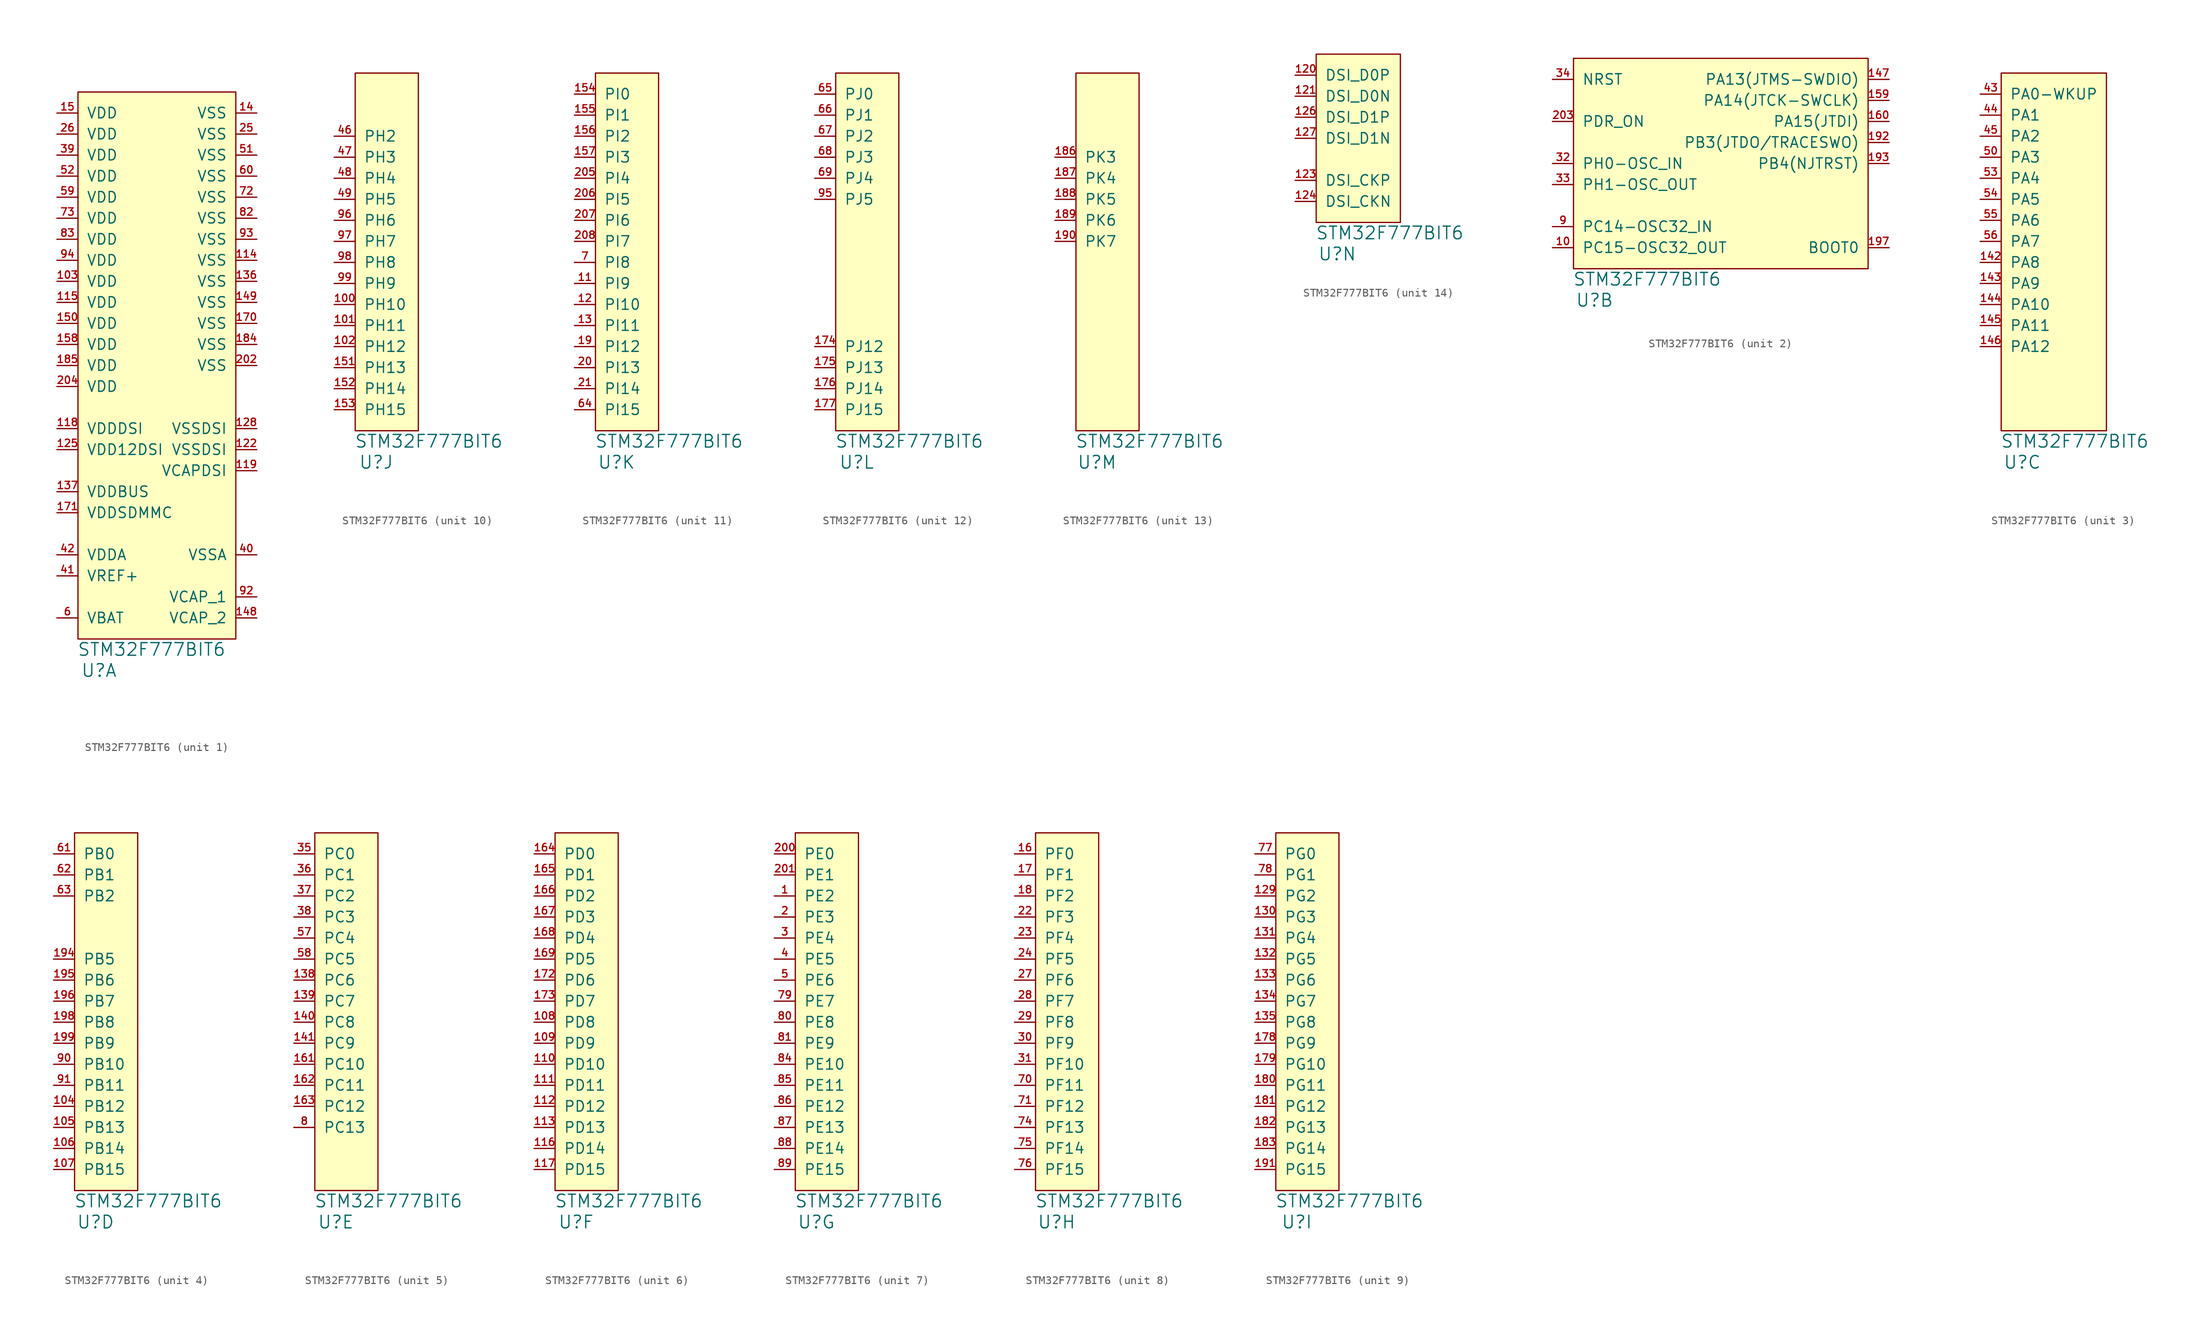
<source format=kicad_sym>
(kicad_symbol_lib
  (version 20211014)
  (generator kicad_symbol_editor)
  (symbol "STM32F777BIT6"
    (pin_names
      (offset 1.016))
    (property "Reference" "U"
      (at 2.54 -3.81 0)
      (effects (font (size 1.524 1.524))))
    (property "Value" "STM32F777BIT6"
      (at 8.89 -1.27 0)
      (effects (font (size 1.524 1.524))))
    (symbol "STM32F777BIT6_1_1"
      (rectangle (start 0 66.04) (end 19.05 0) (stroke (width 0) (type default) (color 0 0 0 0)) (fill (type background)))
      (pin power_in line (at -2.54 43.18 0) (length 2.54) (name "VDD" (effects (font (size 1.27 1.27)))) (number "103" (effects (font (size 0.889 0.889)))))
      (pin power_in line (at 21.59 45.72 180) (length 2.54) (name "VSS" (effects (font (size 1.27 1.27)))) (number "114" (effects (font (size 0.889 0.889)))))
      (pin power_in line (at -2.54 40.64 0) (length 2.54) (name "VDD" (effects (font (size 1.27 1.27)))) (number "115" (effects (font (size 0.889 0.889)))))
      (pin power_in line (at -2.54 25.4 0) (length 2.54) (name "VDDDSI" (effects (font (size 1.27 1.27)))) (number "118" (effects (font (size 0.889 0.889)))))
      (pin power_out line (at 21.59 20.32 180) (length 2.54) (name "VCAPDSI" (effects (font (size 1.27 1.27)))) (number "119" (effects (font (size 0.889 0.889)))))
      (pin power_in line (at 21.59 22.86 180) (length 2.54) (name "VSSDSI" (effects (font (size 1.27 1.27)))) (number "122" (effects (font (size 0.889 0.889)))))
      (pin power_in line (at -2.54 22.86 0) (length 2.54) (name "VDD12DSI" (effects (font (size 1.27 1.27)))) (number "125" (effects (font (size 0.889 0.889)))))
      (pin power_in line (at 21.59 25.4 180) (length 2.54) (name "VSSDSI" (effects (font (size 1.27 1.27)))) (number "128" (effects (font (size 0.889 0.889)))))
      (pin power_in line (at 21.59 43.18 180) (length 2.54) (name "VSS" (effects (font (size 1.27 1.27)))) (number "136" (effects (font (size 0.889 0.889)))))
      (pin power_in line (at -2.54 17.78 0) (length 2.54) (name "VDDBUS" (effects (font (size 1.27 1.27)))) (number "137" (effects (font (size 0.889 0.889)))))
      (pin power_in line (at 21.59 63.5 180) (length 2.54) (name "VSS" (effects (font (size 1.27 1.27)))) (number "14" (effects (font (size 0.889 0.889)))))
      (pin power_out line (at 21.59 2.54 180) (length 2.54) (name "VCAP_2" (effects (font (size 1.27 1.27)))) (number "148" (effects (font (size 0.889 0.889)))))
      (pin power_in line (at 21.59 40.64 180) (length 2.54) (name "VSS" (effects (font (size 1.27 1.27)))) (number "149" (effects (font (size 0.889 0.889)))))
      (pin power_in line (at -2.54 63.5 0) (length 2.54) (name "VDD" (effects (font (size 1.27 1.27)))) (number "15" (effects (font (size 0.889 0.889)))))
      (pin power_in line (at -2.54 38.1 0) (length 2.54) (name "VDD" (effects (font (size 1.27 1.27)))) (number "150" (effects (font (size 0.889 0.889)))))
      (pin power_in line (at -2.54 35.56 0) (length 2.54) (name "VDD" (effects (font (size 1.27 1.27)))) (number "158" (effects (font (size 0.889 0.889)))))
      (pin power_in line (at 21.59 38.1 180) (length 2.54) (name "VSS" (effects (font (size 1.27 1.27)))) (number "170" (effects (font (size 0.889 0.889)))))
      (pin power_in line (at -2.54 15.24 0) (length 2.54) (name "VDDSDMMC" (effects (font (size 1.27 1.27)))) (number "171" (effects (font (size 0.889 0.889)))))
      (pin power_in line (at 21.59 35.56 180) (length 2.54) (name "VSS" (effects (font (size 1.27 1.27)))) (number "184" (effects (font (size 0.889 0.889)))))
      (pin power_in line (at -2.54 33.02 0) (length 2.54) (name "VDD" (effects (font (size 1.27 1.27)))) (number "185" (effects (font (size 0.889 0.889)))))
      (pin power_in line (at 21.59 33.02 180) (length 2.54) (name "VSS" (effects (font (size 1.27 1.27)))) (number "202" (effects (font (size 0.889 0.889)))))
      (pin power_in line (at -2.54 30.48 0) (length 2.54) (name "VDD" (effects (font (size 1.27 1.27)))) (number "204" (effects (font (size 0.889 0.889)))))
      (pin power_in line (at 21.59 60.96 180) (length 2.54) (name "VSS" (effects (font (size 1.27 1.27)))) (number "25" (effects (font (size 0.889 0.889)))))
      (pin power_in line (at -2.54 60.96 0) (length 2.54) (name "VDD" (effects (font (size 1.27 1.27)))) (number "26" (effects (font (size 0.889 0.889)))))
      (pin power_in line (at -2.54 58.42 0) (length 2.54) (name "VDD" (effects (font (size 1.27 1.27)))) (number "39" (effects (font (size 0.889 0.889)))))
      (pin power_in line (at 21.59 10.16 180) (length 2.54) (name "VSSA" (effects (font (size 1.27 1.27)))) (number "40" (effects (font (size 0.889 0.889)))))
      (pin power_in line (at -2.54 7.62 0) (length 2.54) (name "VREF+" (effects (font (size 1.27 1.27)))) (number "41" (effects (font (size 0.889 0.889)))))
      (pin power_in line (at -2.54 10.16 0) (length 2.54) (name "VDDA" (effects (font (size 1.27 1.27)))) (number "42" (effects (font (size 0.889 0.889)))))
      (pin power_in line (at 21.59 58.42 180) (length 2.54) (name "VSS" (effects (font (size 1.27 1.27)))) (number "51" (effects (font (size 0.889 0.889)))))
      (pin power_in line (at -2.54 55.88 0) (length 2.54) (name "VDD" (effects (font (size 1.27 1.27)))) (number "52" (effects (font (size 0.889 0.889)))))
      (pin power_in line (at -2.54 53.34 0) (length 2.54) (name "VDD" (effects (font (size 1.27 1.27)))) (number "59" (effects (font (size 0.889 0.889)))))
      (pin power_in line (at -2.54 2.54 0) (length 2.54) (name "VBAT" (effects (font (size 1.27 1.27)))) (number "6" (effects (font (size 0.889 0.889)))))
      (pin power_in line (at 21.59 55.88 180) (length 2.54) (name "VSS" (effects (font (size 1.27 1.27)))) (number "60" (effects (font (size 0.889 0.889)))))
      (pin power_in line (at 21.59 53.34 180) (length 2.54) (name "VSS" (effects (font (size 1.27 1.27)))) (number "72" (effects (font (size 0.889 0.889)))))
      (pin power_in line (at -2.54 50.8 0) (length 2.54) (name "VDD" (effects (font (size 1.27 1.27)))) (number "73" (effects (font (size 0.889 0.889)))))
      (pin power_in line (at 21.59 50.8 180) (length 2.54) (name "VSS" (effects (font (size 1.27 1.27)))) (number "82" (effects (font (size 0.889 0.889)))))
      (pin power_in line (at -2.54 48.26 0) (length 2.54) (name "VDD" (effects (font (size 1.27 1.27)))) (number "83" (effects (font (size 0.889 0.889)))))
      (pin power_out line (at 21.59 5.08 180) (length 2.54) (name "VCAP_1" (effects (font (size 1.27 1.27)))) (number "92" (effects (font (size 0.889 0.889)))))
      (pin power_in line (at 21.59 48.26 180) (length 2.54) (name "VSS" (effects (font (size 1.27 1.27)))) (number "93" (effects (font (size 0.889 0.889)))))
      (pin power_in line (at -2.54 45.72 0) (length 2.54) (name "VDD" (effects (font (size 1.27 1.27)))) (number "94" (effects (font (size 0.889 0.889))))))
    (symbol "STM32F777BIT6_2_1"
      (rectangle (start 0 0) (end 35.56 25.4) (stroke (width 0) (type default) (color 0 0 0 0)) (fill (type background)))
      (pin bidirectional line (at -2.54 2.54 0) (length 2.54) (name "PC15-OSC32_OUT" (effects (font (size 1.27 1.27)))) (number "10" (effects (font (size 0.889 0.889)))))
      (pin bidirectional line (at 38.1 22.86 180) (length 2.54) (name "PA13(JTMS-SWDIO)" (effects (font (size 1.27 1.27)))) (number "147" (effects (font (size 0.889 0.889)))))
      (pin bidirectional line (at 38.1 20.32 180) (length 2.54) (name "PA14(JTCK-SWCLK)" (effects (font (size 1.27 1.27)))) (number "159" (effects (font (size 0.889 0.889)))))
      (pin bidirectional line (at 38.1 17.78 180) (length 2.54) (name "PA15(JTDI)" (effects (font (size 1.27 1.27)))) (number "160" (effects (font (size 0.889 0.889)))))
      (pin bidirectional line (at 38.1 15.24 180) (length 2.54) (name "PB3(JTDO/TRACESWO)" (effects (font (size 1.27 1.27)))) (number "192" (effects (font (size 0.889 0.889)))))
      (pin bidirectional line (at 38.1 12.7 180) (length 2.54) (name "PB4(NJTRST)" (effects (font (size 1.27 1.27)))) (number "193" (effects (font (size 0.889 0.889)))))
      (pin input line (at 38.1 2.54 180) (length 2.54) (name "BOOT0" (effects (font (size 1.27 1.27)))) (number "197" (effects (font (size 0.889 0.889)))))
      (pin input line (at -2.54 17.78 0) (length 2.54) (name "PDR_ON" (effects (font (size 1.27 1.27)))) (number "203" (effects (font (size 0.889 0.889)))))
      (pin bidirectional line (at -2.54 12.7 0) (length 2.54) (name "PH0-OSC_IN" (effects (font (size 1.27 1.27)))) (number "32" (effects (font (size 0.889 0.889)))))
      (pin bidirectional line (at -2.54 10.16 0) (length 2.54) (name "PH1-OSC_OUT" (effects (font (size 1.27 1.27)))) (number "33" (effects (font (size 0.889 0.889)))))
      (pin input line (at -2.54 22.86 0) (length 2.54) (name "NRST" (effects (font (size 1.27 1.27)))) (number "34" (effects (font (size 0.889 0.889)))))
      (pin bidirectional line (at -2.54 5.08 0) (length 2.54) (name "PC14-OSC32_IN" (effects (font (size 1.27 1.27)))) (number "9" (effects (font (size 0.889 0.889))))))
    (symbol "STM32F777BIT6_3_1"
      (rectangle (start 0 0) (end 12.7 43.18) (stroke (width 0) (type default) (color 0 0 0 0)) (fill (type background)))
      (pin bidirectional line (at -2.54 20.32 0) (length 2.54) (name "PA8" (effects (font (size 1.27 1.27)))) (number "142" (effects (font (size 0.889 0.889)))))
      (pin bidirectional line (at -2.54 17.78 0) (length 2.54) (name "PA9" (effects (font (size 1.27 1.27)))) (number "143" (effects (font (size 0.889 0.889)))))
      (pin bidirectional line (at -2.54 15.24 0) (length 2.54) (name "PA10" (effects (font (size 1.27 1.27)))) (number "144" (effects (font (size 0.889 0.889)))))
      (pin bidirectional line (at -2.54 12.7 0) (length 2.54) (name "PA11" (effects (font (size 1.27 1.27)))) (number "145" (effects (font (size 0.889 0.889)))))
      (pin bidirectional line (at -2.54 10.16 0) (length 2.54) (name "PA12" (effects (font (size 1.27 1.27)))) (number "146" (effects (font (size 0.889 0.889)))))
      (pin bidirectional line (at -2.54 40.64 0) (length 2.54) (name "PA0-WKUP" (effects (font (size 1.27 1.27)))) (number "43" (effects (font (size 0.889 0.889)))))
      (pin bidirectional line (at -2.54 38.1 0) (length 2.54) (name "PA1" (effects (font (size 1.27 1.27)))) (number "44" (effects (font (size 0.889 0.889)))))
      (pin bidirectional line (at -2.54 35.56 0) (length 2.54) (name "PA2" (effects (font (size 1.27 1.27)))) (number "45" (effects (font (size 0.889 0.889)))))
      (pin bidirectional line (at -2.54 33.02 0) (length 2.54) (name "PA3" (effects (font (size 1.27 1.27)))) (number "50" (effects (font (size 0.889 0.889)))))
      (pin bidirectional line (at -2.54 30.48 0) (length 2.54) (name "PA4" (effects (font (size 1.27 1.27)))) (number "53" (effects (font (size 0.889 0.889)))))
      (pin bidirectional line (at -2.54 27.94 0) (length 2.54) (name "PA5" (effects (font (size 1.27 1.27)))) (number "54" (effects (font (size 0.889 0.889)))))
      (pin bidirectional line (at -2.54 25.4 0) (length 2.54) (name "PA6" (effects (font (size 1.27 1.27)))) (number "55" (effects (font (size 0.889 0.889)))))
      (pin bidirectional line (at -2.54 22.86 0) (length 2.54) (name "PA7" (effects (font (size 1.27 1.27)))) (number "56" (effects (font (size 0.889 0.889))))))
    (symbol "STM32F777BIT6_4_1"
      (rectangle (start 0 43.18) (end 7.62 0) (stroke (width 0) (type default) (color 0 0 0 0)) (fill (type background)))
      (pin bidirectional line (at -2.54 10.16 0) (length 2.54) (name "PB12" (effects (font (size 1.27 1.27)))) (number "104" (effects (font (size 0.889 0.889)))))
      (pin bidirectional line (at -2.54 7.62 0) (length 2.54) (name "PB13" (effects (font (size 1.27 1.27)))) (number "105" (effects (font (size 0.889 0.889)))))
      (pin bidirectional line (at -2.54 5.08 0) (length 2.54) (name "PB14" (effects (font (size 1.27 1.27)))) (number "106" (effects (font (size 0.889 0.889)))))
      (pin bidirectional line (at -2.54 2.54 0) (length 2.54) (name "PB15" (effects (font (size 1.27 1.27)))) (number "107" (effects (font (size 0.889 0.889)))))
      (pin bidirectional line (at -2.54 27.94 0) (length 2.54) (name "PB5" (effects (font (size 1.27 1.27)))) (number "194" (effects (font (size 0.889 0.889)))))
      (pin bidirectional line (at -2.54 25.4 0) (length 2.54) (name "PB6" (effects (font (size 1.27 1.27)))) (number "195" (effects (font (size 0.889 0.889)))))
      (pin bidirectional line (at -2.54 22.86 0) (length 2.54) (name "PB7" (effects (font (size 1.27 1.27)))) (number "196" (effects (font (size 0.889 0.889)))))
      (pin bidirectional line (at -2.54 20.32 0) (length 2.54) (name "PB8" (effects (font (size 1.27 1.27)))) (number "198" (effects (font (size 0.889 0.889)))))
      (pin bidirectional line (at -2.54 17.78 0) (length 2.54) (name "PB9" (effects (font (size 1.27 1.27)))) (number "199" (effects (font (size 0.889 0.889)))))
      (pin bidirectional line (at -2.54 40.64 0) (length 2.54) (name "PB0" (effects (font (size 1.27 1.27)))) (number "61" (effects (font (size 0.889 0.889)))))
      (pin bidirectional line (at -2.54 38.1 0) (length 2.54) (name "PB1" (effects (font (size 1.27 1.27)))) (number "62" (effects (font (size 0.889 0.889)))))
      (pin bidirectional line (at -2.54 35.56 0) (length 2.54) (name "PB2" (effects (font (size 1.27 1.27)))) (number "63" (effects (font (size 0.889 0.889)))))
      (pin bidirectional line (at -2.54 15.24 0) (length 2.54) (name "PB10" (effects (font (size 1.27 1.27)))) (number "90" (effects (font (size 0.889 0.889)))))
      (pin bidirectional line (at -2.54 12.7 0) (length 2.54) (name "PB11" (effects (font (size 1.27 1.27)))) (number "91" (effects (font (size 0.889 0.889))))))
    (symbol "STM32F777BIT6_5_1"
      (rectangle (start 0 43.18) (end 7.62 0) (stroke (width 0) (type default) (color 0 0 0 0)) (fill (type background)))
      (pin bidirectional line (at -2.54 25.4 0) (length 2.54) (name "PC6" (effects (font (size 1.27 1.27)))) (number "138" (effects (font (size 0.889 0.889)))))
      (pin bidirectional line (at -2.54 22.86 0) (length 2.54) (name "PC7" (effects (font (size 1.27 1.27)))) (number "139" (effects (font (size 0.889 0.889)))))
      (pin bidirectional line (at -2.54 20.32 0) (length 2.54) (name "PC8" (effects (font (size 1.27 1.27)))) (number "140" (effects (font (size 0.889 0.889)))))
      (pin bidirectional line (at -2.54 17.78 0) (length 2.54) (name "PC9" (effects (font (size 1.27 1.27)))) (number "141" (effects (font (size 0.889 0.889)))))
      (pin bidirectional line (at -2.54 15.24 0) (length 2.54) (name "PC10" (effects (font (size 1.27 1.27)))) (number "161" (effects (font (size 0.889 0.889)))))
      (pin bidirectional line (at -2.54 12.7 0) (length 2.54) (name "PC11" (effects (font (size 1.27 1.27)))) (number "162" (effects (font (size 0.889 0.889)))))
      (pin bidirectional line (at -2.54 10.16 0) (length 2.54) (name "PC12" (effects (font (size 1.27 1.27)))) (number "163" (effects (font (size 0.889 0.889)))))
      (pin bidirectional line (at -2.54 40.64 0) (length 2.54) (name "PC0" (effects (font (size 1.27 1.27)))) (number "35" (effects (font (size 0.889 0.889)))))
      (pin bidirectional line (at -2.54 38.1 0) (length 2.54) (name "PC1" (effects (font (size 1.27 1.27)))) (number "36" (effects (font (size 0.889 0.889)))))
      (pin bidirectional line (at -2.54 35.56 0) (length 2.54) (name "PC2" (effects (font (size 1.27 1.27)))) (number "37" (effects (font (size 0.889 0.889)))))
      (pin bidirectional line (at -2.54 33.02 0) (length 2.54) (name "PC3" (effects (font (size 1.27 1.27)))) (number "38" (effects (font (size 0.889 0.889)))))
      (pin bidirectional line (at -2.54 30.48 0) (length 2.54) (name "PC4" (effects (font (size 1.27 1.27)))) (number "57" (effects (font (size 0.889 0.889)))))
      (pin bidirectional line (at -2.54 27.94 0) (length 2.54) (name "PC5" (effects (font (size 1.27 1.27)))) (number "58" (effects (font (size 0.889 0.889)))))
      (pin bidirectional line (at -2.54 7.62 0) (length 2.54) (name "PC13" (effects (font (size 1.27 1.27)))) (number "8" (effects (font (size 0.889 0.889))))))
    (symbol "STM32F777BIT6_6_1"
      (rectangle (start 0 43.18) (end 7.62 0) (stroke (width 0) (type default) (color 0 0 0 0)) (fill (type background)))
      (pin bidirectional line (at -2.54 20.32 0) (length 2.54) (name "PD8" (effects (font (size 1.27 1.27)))) (number "108" (effects (font (size 0.889 0.889)))))
      (pin bidirectional line (at -2.54 17.78 0) (length 2.54) (name "PD9" (effects (font (size 1.27 1.27)))) (number "109" (effects (font (size 0.889 0.889)))))
      (pin bidirectional line (at -2.54 15.24 0) (length 2.54) (name "PD10" (effects (font (size 1.27 1.27)))) (number "110" (effects (font (size 0.889 0.889)))))
      (pin bidirectional line (at -2.54 12.7 0) (length 2.54) (name "PD11" (effects (font (size 1.27 1.27)))) (number "111" (effects (font (size 0.889 0.889)))))
      (pin bidirectional line (at -2.54 10.16 0) (length 2.54) (name "PD12" (effects (font (size 1.27 1.27)))) (number "112" (effects (font (size 0.889 0.889)))))
      (pin bidirectional line (at -2.54 7.62 0) (length 2.54) (name "PD13" (effects (font (size 1.27 1.27)))) (number "113" (effects (font (size 0.889 0.889)))))
      (pin bidirectional line (at -2.54 5.08 0) (length 2.54) (name "PD14" (effects (font (size 1.27 1.27)))) (number "116" (effects (font (size 0.889 0.889)))))
      (pin bidirectional line (at -2.54 2.54 0) (length 2.54) (name "PD15" (effects (font (size 1.27 1.27)))) (number "117" (effects (font (size 0.889 0.889)))))
      (pin bidirectional line (at -2.54 40.64 0) (length 2.54) (name "PD0" (effects (font (size 1.27 1.27)))) (number "164" (effects (font (size 0.889 0.889)))))
      (pin bidirectional line (at -2.54 38.1 0) (length 2.54) (name "PD1" (effects (font (size 1.27 1.27)))) (number "165" (effects (font (size 0.889 0.889)))))
      (pin bidirectional line (at -2.54 35.56 0) (length 2.54) (name "PD2" (effects (font (size 1.27 1.27)))) (number "166" (effects (font (size 0.889 0.889)))))
      (pin bidirectional line (at -2.54 33.02 0) (length 2.54) (name "PD3" (effects (font (size 1.27 1.27)))) (number "167" (effects (font (size 0.889 0.889)))))
      (pin bidirectional line (at -2.54 30.48 0) (length 2.54) (name "PD4" (effects (font (size 1.27 1.27)))) (number "168" (effects (font (size 0.889 0.889)))))
      (pin bidirectional line (at -2.54 27.94 0) (length 2.54) (name "PD5" (effects (font (size 1.27 1.27)))) (number "169" (effects (font (size 0.889 0.889)))))
      (pin bidirectional line (at -2.54 25.4 0) (length 2.54) (name "PD6" (effects (font (size 1.27 1.27)))) (number "172" (effects (font (size 0.889 0.889)))))
      (pin bidirectional line (at -2.54 22.86 0) (length 2.54) (name "PD7" (effects (font (size 1.27 1.27)))) (number "173" (effects (font (size 0.889 0.889))))))
    (symbol "STM32F777BIT6_7_1"
      (rectangle (start 0 43.18) (end 7.62 0) (stroke (width 0) (type default) (color 0 0 0 0)) (fill (type background)))
      (pin bidirectional line (at -2.54 35.56 0) (length 2.54) (name "PE2" (effects (font (size 1.27 1.27)))) (number "1" (effects (font (size 0.889 0.889)))))
      (pin bidirectional line (at -2.54 33.02 0) (length 2.54) (name "PE3" (effects (font (size 1.27 1.27)))) (number "2" (effects (font (size 0.889 0.889)))))
      (pin bidirectional line (at -2.54 40.64 0) (length 2.54) (name "PE0" (effects (font (size 1.27 1.27)))) (number "200" (effects (font (size 0.889 0.889)))))
      (pin bidirectional line (at -2.54 38.1 0) (length 2.54) (name "PE1" (effects (font (size 1.27 1.27)))) (number "201" (effects (font (size 0.889 0.889)))))
      (pin bidirectional line (at -2.54 30.48 0) (length 2.54) (name "PE4" (effects (font (size 1.27 1.27)))) (number "3" (effects (font (size 0.889 0.889)))))
      (pin bidirectional line (at -2.54 27.94 0) (length 2.54) (name "PE5" (effects (font (size 1.27 1.27)))) (number "4" (effects (font (size 0.889 0.889)))))
      (pin bidirectional line (at -2.54 25.4 0) (length 2.54) (name "PE6" (effects (font (size 1.27 1.27)))) (number "5" (effects (font (size 0.889 0.889)))))
      (pin bidirectional line (at -2.54 22.86 0) (length 2.54) (name "PE7" (effects (font (size 1.27 1.27)))) (number "79" (effects (font (size 0.889 0.889)))))
      (pin bidirectional line (at -2.54 20.32 0) (length 2.54) (name "PE8" (effects (font (size 1.27 1.27)))) (number "80" (effects (font (size 0.889 0.889)))))
      (pin bidirectional line (at -2.54 17.78 0) (length 2.54) (name "PE9" (effects (font (size 1.27 1.27)))) (number "81" (effects (font (size 0.889 0.889)))))
      (pin bidirectional line (at -2.54 15.24 0) (length 2.54) (name "PE10" (effects (font (size 1.27 1.27)))) (number "84" (effects (font (size 0.889 0.889)))))
      (pin bidirectional line (at -2.54 12.7 0) (length 2.54) (name "PE11" (effects (font (size 1.27 1.27)))) (number "85" (effects (font (size 0.889 0.889)))))
      (pin bidirectional line (at -2.54 10.16 0) (length 2.54) (name "PE12" (effects (font (size 1.27 1.27)))) (number "86" (effects (font (size 0.889 0.889)))))
      (pin bidirectional line (at -2.54 7.62 0) (length 2.54) (name "PE13" (effects (font (size 1.27 1.27)))) (number "87" (effects (font (size 0.889 0.889)))))
      (pin bidirectional line (at -2.54 5.08 0) (length 2.54) (name "PE14" (effects (font (size 1.27 1.27)))) (number "88" (effects (font (size 0.889 0.889)))))
      (pin bidirectional line (at -2.54 2.54 0) (length 2.54) (name "PE15" (effects (font (size 1.27 1.27)))) (number "89" (effects (font (size 0.889 0.889))))))
    (symbol "STM32F777BIT6_8_1"
      (rectangle (start 0 43.18) (end 7.62 0) (stroke (width 0) (type default) (color 0 0 0 0)) (fill (type background)))
      (pin bidirectional line (at -2.54 40.64 0) (length 2.54) (name "PF0" (effects (font (size 1.27 1.27)))) (number "16" (effects (font (size 0.889 0.889)))))
      (pin bidirectional line (at -2.54 38.1 0) (length 2.54) (name "PF1" (effects (font (size 1.27 1.27)))) (number "17" (effects (font (size 0.889 0.889)))))
      (pin bidirectional line (at -2.54 35.56 0) (length 2.54) (name "PF2" (effects (font (size 1.27 1.27)))) (number "18" (effects (font (size 0.889 0.889)))))
      (pin bidirectional line (at -2.54 33.02 0) (length 2.54) (name "PF3" (effects (font (size 1.27 1.27)))) (number "22" (effects (font (size 0.889 0.889)))))
      (pin bidirectional line (at -2.54 30.48 0) (length 2.54) (name "PF4" (effects (font (size 1.27 1.27)))) (number "23" (effects (font (size 0.889 0.889)))))
      (pin bidirectional line (at -2.54 27.94 0) (length 2.54) (name "PF5" (effects (font (size 1.27 1.27)))) (number "24" (effects (font (size 0.889 0.889)))))
      (pin bidirectional line (at -2.54 25.4 0) (length 2.54) (name "PF6" (effects (font (size 1.27 1.27)))) (number "27" (effects (font (size 0.889 0.889)))))
      (pin bidirectional line (at -2.54 22.86 0) (length 2.54) (name "PF7" (effects (font (size 1.27 1.27)))) (number "28" (effects (font (size 0.889 0.889)))))
      (pin bidirectional line (at -2.54 20.32 0) (length 2.54) (name "PF8" (effects (font (size 1.27 1.27)))) (number "29" (effects (font (size 0.889 0.889)))))
      (pin bidirectional line (at -2.54 17.78 0) (length 2.54) (name "PF9" (effects (font (size 1.27 1.27)))) (number "30" (effects (font (size 0.889 0.889)))))
      (pin bidirectional line (at -2.54 15.24 0) (length 2.54) (name "PF10" (effects (font (size 1.27 1.27)))) (number "31" (effects (font (size 0.889 0.889)))))
      (pin bidirectional line (at -2.54 12.7 0) (length 2.54) (name "PF11" (effects (font (size 1.27 1.27)))) (number "70" (effects (font (size 0.889 0.889)))))
      (pin bidirectional line (at -2.54 10.16 0) (length 2.54) (name "PF12" (effects (font (size 1.27 1.27)))) (number "71" (effects (font (size 0.889 0.889)))))
      (pin bidirectional line (at -2.54 7.62 0) (length 2.54) (name "PF13" (effects (font (size 1.27 1.27)))) (number "74" (effects (font (size 0.889 0.889)))))
      (pin bidirectional line (at -2.54 5.08 0) (length 2.54) (name "PF14" (effects (font (size 1.27 1.27)))) (number "75" (effects (font (size 0.889 0.889)))))
      (pin bidirectional line (at -2.54 2.54 0) (length 2.54) (name "PF15" (effects (font (size 1.27 1.27)))) (number "76" (effects (font (size 0.889 0.889))))))
    (symbol "STM32F777BIT6_9_1"
      (rectangle (start 0 43.18) (end 7.62 0) (stroke (width 0) (type default) (color 0 0 0 0)) (fill (type background)))
      (pin bidirectional line (at -2.54 35.56 0) (length 2.54) (name "PG2" (effects (font (size 1.27 1.27)))) (number "129" (effects (font (size 0.889 0.889)))))
      (pin bidirectional line (at -2.54 33.02 0) (length 2.54) (name "PG3" (effects (font (size 1.27 1.27)))) (number "130" (effects (font (size 0.889 0.889)))))
      (pin bidirectional line (at -2.54 30.48 0) (length 2.54) (name "PG4" (effects (font (size 1.27 1.27)))) (number "131" (effects (font (size 0.889 0.889)))))
      (pin bidirectional line (at -2.54 27.94 0) (length 2.54) (name "PG5" (effects (font (size 1.27 1.27)))) (number "132" (effects (font (size 0.889 0.889)))))
      (pin bidirectional line (at -2.54 25.4 0) (length 2.54) (name "PG6" (effects (font (size 1.27 1.27)))) (number "133" (effects (font (size 0.889 0.889)))))
      (pin bidirectional line (at -2.54 22.86 0) (length 2.54) (name "PG7" (effects (font (size 1.27 1.27)))) (number "134" (effects (font (size 0.889 0.889)))))
      (pin bidirectional line (at -2.54 20.32 0) (length 2.54) (name "PG8" (effects (font (size 1.27 1.27)))) (number "135" (effects (font (size 0.889 0.889)))))
      (pin bidirectional line (at -2.54 17.78 0) (length 2.54) (name "PG9" (effects (font (size 1.27 1.27)))) (number "178" (effects (font (size 0.889 0.889)))))
      (pin bidirectional line (at -2.54 15.24 0) (length 2.54) (name "PG10" (effects (font (size 1.27 1.27)))) (number "179" (effects (font (size 0.889 0.889)))))
      (pin bidirectional line (at -2.54 12.7 0) (length 2.54) (name "PG11" (effects (font (size 1.27 1.27)))) (number "180" (effects (font (size 0.889 0.889)))))
      (pin bidirectional line (at -2.54 10.16 0) (length 2.54) (name "PG12" (effects (font (size 1.27 1.27)))) (number "181" (effects (font (size 0.889 0.889)))))
      (pin bidirectional line (at -2.54 7.62 0) (length 2.54) (name "PG13" (effects (font (size 1.27 1.27)))) (number "182" (effects (font (size 0.889 0.889)))))
      (pin bidirectional line (at -2.54 5.08 0) (length 2.54) (name "PG14" (effects (font (size 1.27 1.27)))) (number "183" (effects (font (size 0.889 0.889)))))
      (pin bidirectional line (at -2.54 2.54 0) (length 2.54) (name "PG15" (effects (font (size 1.27 1.27)))) (number "191" (effects (font (size 0.889 0.889)))))
      (pin bidirectional line (at -2.54 40.64 0) (length 2.54) (name "PG0" (effects (font (size 1.27 1.27)))) (number "77" (effects (font (size 0.889 0.889)))))
      (pin bidirectional line (at -2.54 38.1 0) (length 2.54) (name "PG1" (effects (font (size 1.27 1.27)))) (number "78" (effects (font (size 0.889 0.889))))))
    (symbol "STM32F777BIT6_10_1"
      (rectangle (start 0 43.18) (end 7.62 0) (stroke (width 0) (type default) (color 0 0 0 0)) (fill (type background)))
      (pin bidirectional line (at -2.54 15.24 0) (length 2.54) (name "PH10" (effects (font (size 1.27 1.27)))) (number "100" (effects (font (size 0.889 0.889)))))
      (pin bidirectional line (at -2.54 12.7 0) (length 2.54) (name "PH11" (effects (font (size 1.27 1.27)))) (number "101" (effects (font (size 0.889 0.889)))))
      (pin bidirectional line (at -2.54 10.16 0) (length 2.54) (name "PH12" (effects (font (size 1.27 1.27)))) (number "102" (effects (font (size 0.889 0.889)))))
      (pin bidirectional line (at -2.54 7.62 0) (length 2.54) (name "PH13" (effects (font (size 1.27 1.27)))) (number "151" (effects (font (size 0.889 0.889)))))
      (pin bidirectional line (at -2.54 5.08 0) (length 2.54) (name "PH14" (effects (font (size 1.27 1.27)))) (number "152" (effects (font (size 0.889 0.889)))))
      (pin bidirectional line (at -2.54 2.54 0) (length 2.54) (name "PH15" (effects (font (size 1.27 1.27)))) (number "153" (effects (font (size 0.889 0.889)))))
      (pin bidirectional line (at -2.54 35.56 0) (length 2.54) (name "PH2" (effects (font (size 1.27 1.27)))) (number "46" (effects (font (size 0.889 0.889)))))
      (pin bidirectional line (at -2.54 33.02 0) (length 2.54) (name "PH3" (effects (font (size 1.27 1.27)))) (number "47" (effects (font (size 0.889 0.889)))))
      (pin bidirectional line (at -2.54 30.48 0) (length 2.54) (name "PH4" (effects (font (size 1.27 1.27)))) (number "48" (effects (font (size 0.889 0.889)))))
      (pin bidirectional line (at -2.54 27.94 0) (length 2.54) (name "PH5" (effects (font (size 1.27 1.27)))) (number "49" (effects (font (size 0.889 0.889)))))
      (pin bidirectional line (at -2.54 25.4 0) (length 2.54) (name "PH6" (effects (font (size 1.27 1.27)))) (number "96" (effects (font (size 0.889 0.889)))))
      (pin bidirectional line (at -2.54 22.86 0) (length 2.54) (name "PH7" (effects (font (size 1.27 1.27)))) (number "97" (effects (font (size 0.889 0.889)))))
      (pin bidirectional line (at -2.54 20.32 0) (length 2.54) (name "PH8" (effects (font (size 1.27 1.27)))) (number "98" (effects (font (size 0.889 0.889)))))
      (pin bidirectional line (at -2.54 17.78 0) (length 2.54) (name "PH9" (effects (font (size 1.27 1.27)))) (number "99" (effects (font (size 0.889 0.889))))))
    (symbol "STM32F777BIT6_11_1"
      (rectangle (start 0 43.18) (end 7.62 0) (stroke (width 0) (type default) (color 0 0 0 0)) (fill (type background)))
      (pin bidirectional line (at -2.54 17.78 0) (length 2.54) (name "PI9" (effects (font (size 1.27 1.27)))) (number "11" (effects (font (size 0.889 0.889)))))
      (pin bidirectional line (at -2.54 15.24 0) (length 2.54) (name "PI10" (effects (font (size 1.27 1.27)))) (number "12" (effects (font (size 0.889 0.889)))))
      (pin bidirectional line (at -2.54 12.7 0) (length 2.54) (name "PI11" (effects (font (size 1.27 1.27)))) (number "13" (effects (font (size 0.889 0.889)))))
      (pin bidirectional line (at -2.54 40.64 0) (length 2.54) (name "PI0" (effects (font (size 1.27 1.27)))) (number "154" (effects (font (size 0.889 0.889)))))
      (pin bidirectional line (at -2.54 38.1 0) (length 2.54) (name "PI1" (effects (font (size 1.27 1.27)))) (number "155" (effects (font (size 0.889 0.889)))))
      (pin bidirectional line (at -2.54 35.56 0) (length 2.54) (name "PI2" (effects (font (size 1.27 1.27)))) (number "156" (effects (font (size 0.889 0.889)))))
      (pin bidirectional line (at -2.54 33.02 0) (length 2.54) (name "PI3" (effects (font (size 1.27 1.27)))) (number "157" (effects (font (size 0.889 0.889)))))
      (pin bidirectional line (at -2.54 10.16 0) (length 2.54) (name "PI12" (effects (font (size 1.27 1.27)))) (number "19" (effects (font (size 0.889 0.889)))))
      (pin bidirectional line (at -2.54 7.62 0) (length 2.54) (name "PI13" (effects (font (size 1.27 1.27)))) (number "20" (effects (font (size 0.889 0.889)))))
      (pin bidirectional line (at -2.54 30.48 0) (length 2.54) (name "PI4" (effects (font (size 1.27 1.27)))) (number "205" (effects (font (size 0.889 0.889)))))
      (pin bidirectional line (at -2.54 27.94 0) (length 2.54) (name "PI5" (effects (font (size 1.27 1.27)))) (number "206" (effects (font (size 0.889 0.889)))))
      (pin bidirectional line (at -2.54 25.4 0) (length 2.54) (name "PI6" (effects (font (size 1.27 1.27)))) (number "207" (effects (font (size 0.889 0.889)))))
      (pin bidirectional line (at -2.54 22.86 0) (length 2.54) (name "PI7" (effects (font (size 1.27 1.27)))) (number "208" (effects (font (size 0.889 0.889)))))
      (pin bidirectional line (at -2.54 5.08 0) (length 2.54) (name "PI14" (effects (font (size 1.27 1.27)))) (number "21" (effects (font (size 0.889 0.889)))))
      (pin bidirectional line (at -2.54 2.54 0) (length 2.54) (name "PI15" (effects (font (size 1.27 1.27)))) (number "64" (effects (font (size 0.889 0.889)))))
      (pin bidirectional line (at -2.54 20.32 0) (length 2.54) (name "PI8" (effects (font (size 1.27 1.27)))) (number "7" (effects (font (size 0.889 0.889))))))
    (symbol "STM32F777BIT6_12_1"
      (rectangle (start 0 43.18) (end 7.62 0) (stroke (width 0) (type default) (color 0 0 0 0)) (fill (type background)))
      (pin bidirectional line (at -2.54 10.16 0) (length 2.54) (name "PJ12" (effects (font (size 1.27 1.27)))) (number "174" (effects (font (size 0.889 0.889)))))
      (pin bidirectional line (at -2.54 7.62 0) (length 2.54) (name "PJ13" (effects (font (size 1.27 1.27)))) (number "175" (effects (font (size 0.889 0.889)))))
      (pin bidirectional line (at -2.54 5.08 0) (length 2.54) (name "PJ14" (effects (font (size 1.27 1.27)))) (number "176" (effects (font (size 0.889 0.889)))))
      (pin bidirectional line (at -2.54 2.54 0) (length 2.54) (name "PJ15" (effects (font (size 1.27 1.27)))) (number "177" (effects (font (size 0.889 0.889)))))
      (pin bidirectional line (at -2.54 40.64 0) (length 2.54) (name "PJ0" (effects (font (size 1.27 1.27)))) (number "65" (effects (font (size 0.889 0.889)))))
      (pin bidirectional line (at -2.54 38.1 0) (length 2.54) (name "PJ1" (effects (font (size 1.27 1.27)))) (number "66" (effects (font (size 0.889 0.889)))))
      (pin bidirectional line (at -2.54 35.56 0) (length 2.54) (name "PJ2" (effects (font (size 1.27 1.27)))) (number "67" (effects (font (size 0.889 0.889)))))
      (pin bidirectional line (at -2.54 33.02 0) (length 2.54) (name "PJ3" (effects (font (size 1.27 1.27)))) (number "68" (effects (font (size 0.889 0.889)))))
      (pin bidirectional line (at -2.54 30.48 0) (length 2.54) (name "PJ4" (effects (font (size 1.27 1.27)))) (number "69" (effects (font (size 0.889 0.889)))))
      (pin bidirectional line (at -2.54 27.94 0) (length 2.54) (name "PJ5" (effects (font (size 1.27 1.27)))) (number "95" (effects (font (size 0.889 0.889))))))
    (symbol "STM32F777BIT6_13_1"
      (rectangle (start 0 43.18) (end 7.62 0) (stroke (width 0) (type default) (color 0 0 0 0)) (fill (type background)))
      (pin bidirectional line (at -2.54 33.02 0) (length 2.54) (name "PK3" (effects (font (size 1.27 1.27)))) (number "186" (effects (font (size 0.889 0.889)))))
      (pin bidirectional line (at -2.54 30.48 0) (length 2.54) (name "PK4" (effects (font (size 1.27 1.27)))) (number "187" (effects (font (size 0.889 0.889)))))
      (pin bidirectional line (at -2.54 27.94 0) (length 2.54) (name "PK5" (effects (font (size 1.27 1.27)))) (number "188" (effects (font (size 0.889 0.889)))))
      (pin bidirectional line (at -2.54 25.4 0) (length 2.54) (name "PK6" (effects (font (size 1.27 1.27)))) (number "189" (effects (font (size 0.889 0.889)))))
      (pin bidirectional line (at -2.54 22.86 0) (length 2.54) (name "PK7" (effects (font (size 1.27 1.27)))) (number "190" (effects (font (size 0.889 0.889))))))
    (symbol "STM32F777BIT6_14_1"
      (rectangle (start 0 20.32) (end 10.16 0) (stroke (width 0) (type default) (color 0 0 0 0)) (fill (type background)))
      (pin bidirectional line (at -2.54 17.78 0) (length 2.54) (name "DSI_D0P" (effects (font (size 1.27 1.27)))) (number "120" (effects (font (size 0.889 0.889)))))
      (pin bidirectional line (at -2.54 15.24 0) (length 2.54) (name "DSI_D0N" (effects (font (size 1.27 1.27)))) (number "121" (effects (font (size 0.889 0.889)))))
      (pin bidirectional line (at -2.54 5.08 0) (length 2.54) (name "DSI_CKP" (effects (font (size 1.27 1.27)))) (number "123" (effects (font (size 0.889 0.889)))))
      (pin bidirectional line (at -2.54 2.54 0) (length 2.54) (name "DSI_CKN" (effects (font (size 1.27 1.27)))) (number "124" (effects (font (size 0.889 0.889)))))
      (pin bidirectional line (at -2.54 12.7 0) (length 2.54) (name "DSI_D1P" (effects (font (size 1.27 1.27)))) (number "126" (effects (font (size 0.889 0.889)))))
      (pin bidirectional line (at -2.54 10.16 0) (length 2.54) (name "DSI_D1N" (effects (font (size 1.27 1.27)))) (number "127" (effects (font (size 0.889 0.889))))))))
</source>
